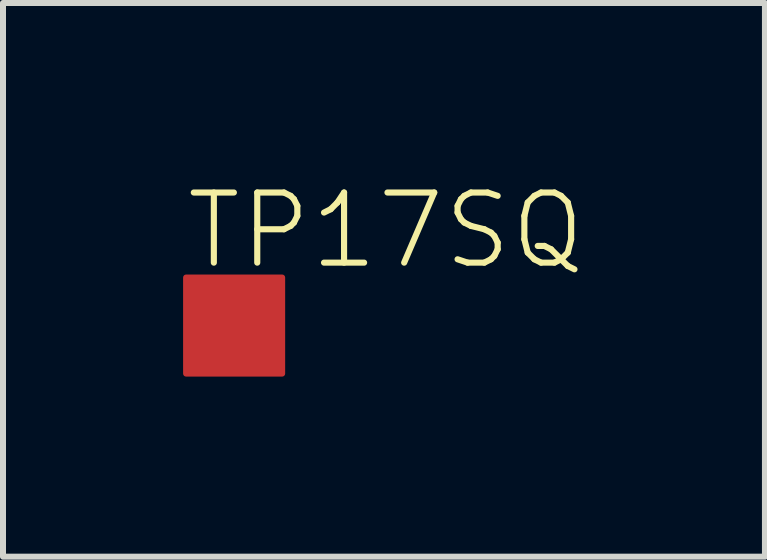
<source format=kicad_pcb>
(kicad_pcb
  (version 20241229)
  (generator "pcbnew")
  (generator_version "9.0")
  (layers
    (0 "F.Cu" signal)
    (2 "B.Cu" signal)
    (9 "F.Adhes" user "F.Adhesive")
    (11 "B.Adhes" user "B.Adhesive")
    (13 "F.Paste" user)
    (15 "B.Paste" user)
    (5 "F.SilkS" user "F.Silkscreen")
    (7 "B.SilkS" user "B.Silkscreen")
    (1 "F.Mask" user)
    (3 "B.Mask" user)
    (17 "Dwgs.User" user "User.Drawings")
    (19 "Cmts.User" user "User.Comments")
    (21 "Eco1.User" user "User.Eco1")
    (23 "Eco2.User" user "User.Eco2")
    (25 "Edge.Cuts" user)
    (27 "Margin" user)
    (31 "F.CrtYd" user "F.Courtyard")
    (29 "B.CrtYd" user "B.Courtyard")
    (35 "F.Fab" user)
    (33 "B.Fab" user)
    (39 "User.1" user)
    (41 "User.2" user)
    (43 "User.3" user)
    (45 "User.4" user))
  (footprint "TP17SQ"
    (layer "F.Cu")
    (at 0.85 2.373)
    (property "Reference" "TP17SQ" (at -0.85 -0.9 0) (layer "F.SilkS") (effects (font (size 1.168 1.168) (thickness 0.102)) (justify left bottom)))
    (pad "1" smd roundrect (at 0 0) (size 1.7 1.7) (layers "F.Cu" "F.Mask") (roundrect_rratio 0.029)))
  (gr_rect
    (start -3 -3)
    (end 9.692 6.223)
    (stroke (width 0.1) (type default))
    (fill no)
    (layer "Edge.Cuts")))
</source>
